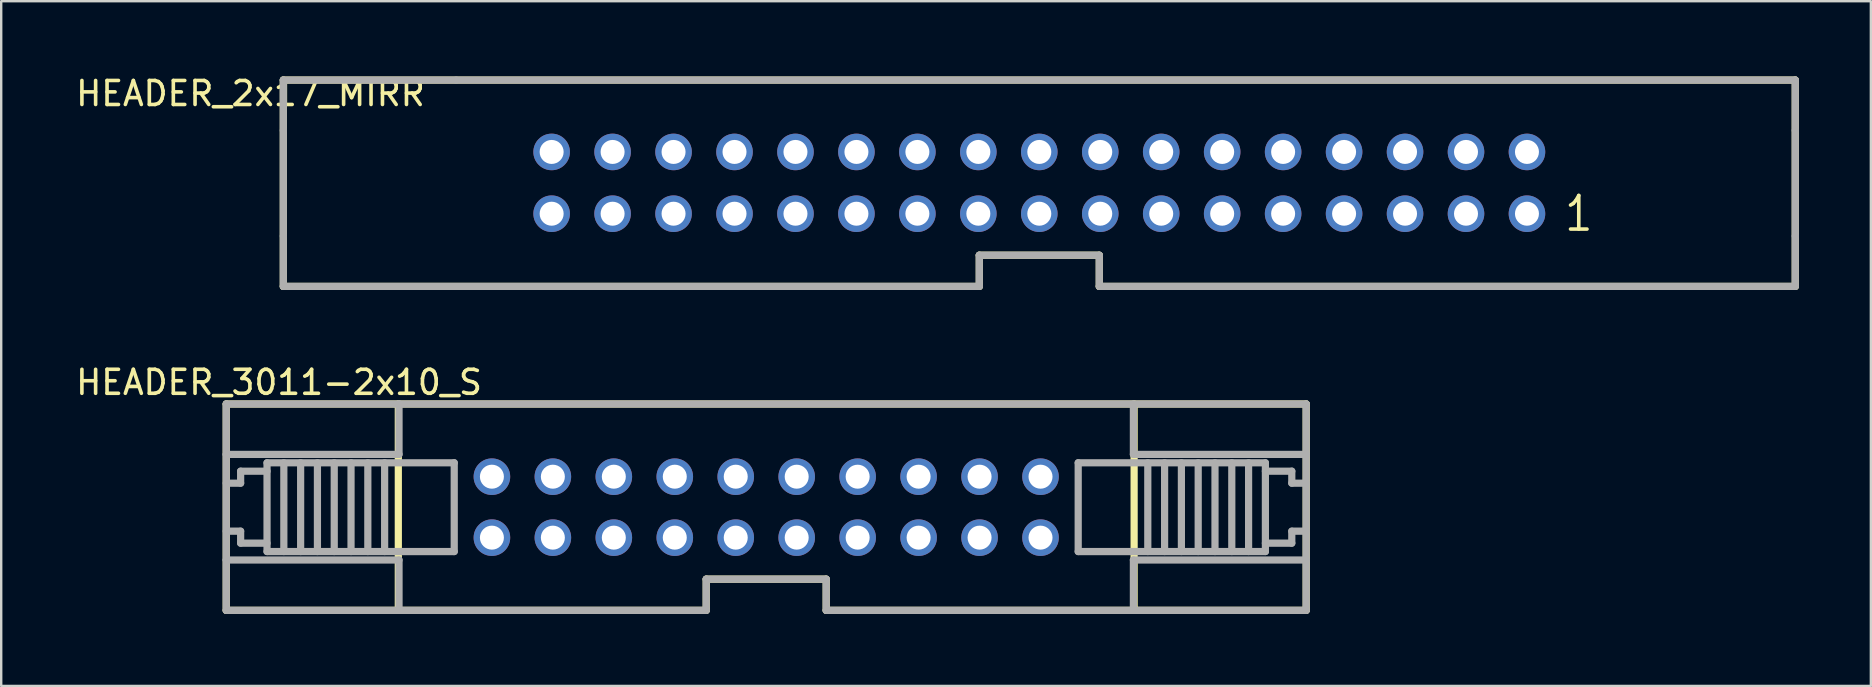
<source format=kicad_pcb>
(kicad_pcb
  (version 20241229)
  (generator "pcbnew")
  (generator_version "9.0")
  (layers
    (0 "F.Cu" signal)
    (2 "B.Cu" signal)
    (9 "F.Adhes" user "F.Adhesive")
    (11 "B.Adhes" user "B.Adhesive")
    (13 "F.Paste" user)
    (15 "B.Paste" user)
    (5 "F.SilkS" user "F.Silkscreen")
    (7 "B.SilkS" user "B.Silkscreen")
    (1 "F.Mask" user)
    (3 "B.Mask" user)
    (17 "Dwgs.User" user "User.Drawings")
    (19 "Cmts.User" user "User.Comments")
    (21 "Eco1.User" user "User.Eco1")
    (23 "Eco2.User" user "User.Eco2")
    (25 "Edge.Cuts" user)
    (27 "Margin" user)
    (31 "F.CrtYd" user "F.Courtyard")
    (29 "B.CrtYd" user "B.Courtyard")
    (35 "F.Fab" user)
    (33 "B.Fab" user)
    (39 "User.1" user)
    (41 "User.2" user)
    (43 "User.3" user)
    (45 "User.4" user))
  (footprint "HEADER_3011-2x10_S"
    (layer "F.Cu")
    (at 28.877 18.083)
    (property "Reference" "HEADER_3011-2x10_S" (at -20.3 -5.2 0) (layer "F.SilkS") (effects (font (size 1 1) (thickness 0.15))))
    (attr through_hole)
    (fp_line (start -22.5 -4.3) (end 22.5 -4.3) (stroke (width 0.3) (type solid)) (layer "F.SilkS"))
    (fp_line (start -22.5 4.3) (end -22.5 -4.3) (stroke (width 0.3) (type solid)) (layer "F.SilkS"))
    (fp_line (start -22.5 4.3) (end -22.5 2) (stroke (width 0.15) (type solid)) (layer "F.SilkS"))
    (fp_line (start -22.5 4.3) (end -2.5 4.3) (stroke (width 0.3) (type solid)) (layer "F.SilkS"))
    (fp_line (start -20.2 4.3) (end -22.5 4.3) (stroke (width 0.15) (type solid)) (layer "F.SilkS"))
    (fp_line (start -15.33 -4.3) (end -15.33 4.3) (stroke (width 0.3) (type solid)) (layer "F.SilkS"))
    (fp_line (start -2.5 3) (end -2.5 4.3) (stroke (width 0.3) (type solid)) (layer "F.SilkS"))
    (fp_line (start 2.5 3) (end -2.5 3) (stroke (width 0.3) (type solid)) (layer "F.SilkS"))
    (fp_line (start 2.5 3) (end 2.5 4.3) (stroke (width 0.3) (type solid)) (layer "F.SilkS"))
    (fp_line (start 15.33 -4.3) (end 15.33 4.3) (stroke (width 0.3) (type solid)) (layer "F.SilkS"))
    (fp_line (start 20.2 -4.3) (end 22.5 -4.3) (stroke (width 0.15) (type solid)) (layer "F.SilkS"))
    (fp_line (start 22.5 -4.3) (end 22.5 -2) (stroke (width 0.15) (type solid)) (layer "F.SilkS"))
    (fp_line (start 22.5 4.3) (end 2.5 4.3) (stroke (width 0.3) (type solid)) (layer "F.SilkS"))
    (fp_line (start 22.5 4.3) (end 22.5 -4.3) (stroke (width 0.3) (type solid)) (layer "F.SilkS"))
    (fp_line (start -22.5 -2.2) (end -22.5 -4.3) (stroke (width 0.3) (type solid)) (layer "F.Fab"))
    (fp_line (start -22.5 -1) (end -21.9 -1) (stroke (width 0.3) (type solid)) (layer "F.Fab"))
    (fp_line (start -22.5 1) (end -21.9 1) (stroke (width 0.3) (type solid)) (layer "F.Fab"))
    (fp_line (start -22.5 2.2) (end -22.5 -2.2) (stroke (width 0.3) (type solid)) (layer "F.Fab"))
    (fp_line (start -22.5 4.3) (end -22.5 2.2) (stroke (width 0.3) (type solid)) (layer "F.Fab"))
    (fp_line (start -21.9 -1.5) (end -20.8 -1.5) (stroke (width 0.3) (type solid)) (layer "F.Fab"))
    (fp_line (start -21.9 -1) (end -21.9 -1.5) (stroke (width 0.3) (type solid)) (layer "F.Fab"))
    (fp_line (start -21.9 1.5) (end -21.9 1) (stroke (width 0.3) (type solid)) (layer "F.Fab"))
    (fp_line (start -21.9 1.5) (end -20.8 1.5) (stroke (width 0.3) (type solid)) (layer "F.Fab"))
    (fp_line (start -20.8 -1.85) (end -13 -1.85) (stroke (width 0.3) (type solid)) (layer "F.Fab"))
    (fp_line (start -20.8 1.85) (end -20.8 -1.85) (stroke (width 0.3) (type solid)) (layer "F.Fab"))
    (fp_line (start -20.8 1.85) (end -13 1.85) (stroke (width 0.3) (type solid)) (layer "F.Fab"))
    (fp_line (start -20.1 1.85) (end -20.1 -1.85) (stroke (width 0.3) (type solid)) (layer "F.Fab"))
    (fp_line (start -19.4 1.85) (end -19.4 -1.85) (stroke (width 0.3) (type solid)) (layer "F.Fab"))
    (fp_line (start -18.7 1.85) (end -18.7 -1.85) (stroke (width 0.3) (type solid)) (layer "F.Fab"))
    (fp_line (start -18 1.85) (end -18 -1.85) (stroke (width 0.3) (type solid)) (layer "F.Fab"))
    (fp_line (start -17.3 1.85) (end -17.3 -1.85) (stroke (width 0.3) (type solid)) (layer "F.Fab"))
    (fp_line (start -16.6 1.85) (end -16.6 -1.85) (stroke (width 0.3) (type solid)) (layer "F.Fab"))
    (fp_line (start -15.9 1.85) (end -15.9 -1.85) (stroke (width 0.3) (type solid)) (layer "F.Fab"))
    (fp_line (start -15.3 -4.3) (end -22.5 -4.3) (stroke (width 0.3) (type solid)) (layer "F.Fab"))
    (fp_line (start -15.3 -4.3) (end 22.5 -4.3) (stroke (width 0.3) (type solid)) (layer "F.Fab"))
    (fp_line (start -15.3 -2.2) (end -22.5 -2.2) (stroke (width 0.3) (type solid)) (layer "F.Fab"))
    (fp_line (start -15.3 -2.2) (end -15.3 -4.3) (stroke (width 0.3) (type solid)) (layer "F.Fab"))
    (fp_line (start -15.3 2.2) (end -22.5 2.2) (stroke (width 0.3) (type solid)) (layer "F.Fab"))
    (fp_line (start -15.3 4.3) (end -15.3 2.2) (stroke (width 0.3) (type solid)) (layer "F.Fab"))
    (fp_line (start -13 1.85) (end -13 -1.85) (stroke (width 0.3) (type solid)) (layer "F.Fab"))
    (fp_line (start -2.5 3) (end -2.5 4.3) (stroke (width 0.3) (type solid)) (layer "F.Fab"))
    (fp_line (start -2.5 4.3) (end -22.5 4.3) (stroke (width 0.3) (type solid)) (layer "F.Fab"))
    (fp_line (start 2.5 3) (end -2.5 3) (stroke (width 0.3) (type solid)) (layer "F.Fab"))
    (fp_line (start 2.5 3) (end 2.5 4.3) (stroke (width 0.3) (type solid)) (layer "F.Fab"))
    (fp_line (start 2.5 4.3) (end 22.5 4.3) (stroke (width 0.3) (type solid)) (layer "F.Fab"))
    (fp_line (start 13 -1.85) (end 13 1.85) (stroke (width 0.3) (type solid)) (layer "F.Fab"))
    (fp_line (start 15.3 -4.3) (end 15.3 -2.2) (stroke (width 0.3) (type solid)) (layer "F.Fab"))
    (fp_line (start 15.3 -2.2) (end 22.5 -2.2) (stroke (width 0.3) (type solid)) (layer "F.Fab"))
    (fp_line (start 15.3 2.2) (end 15.3 4.3) (stroke (width 0.3) (type solid)) (layer "F.Fab"))
    (fp_line (start 15.3 2.2) (end 22.5 2.2) (stroke (width 0.3) (type solid)) (layer "F.Fab"))
    (fp_line (start 15.9 -1.85) (end 15.9 1.85) (stroke (width 0.3) (type solid)) (layer "F.Fab"))
    (fp_line (start 16.6 -1.85) (end 16.6 1.85) (stroke (width 0.3) (type solid)) (layer "F.Fab"))
    (fp_line (start 17.3 -1.85) (end 17.3 1.85) (stroke (width 0.3) (type solid)) (layer "F.Fab"))
    (fp_line (start 18 -1.85) (end 18 1.85) (stroke (width 0.3) (type solid)) (layer "F.Fab"))
    (fp_line (start 18.7 -1.85) (end 18.7 1.85) (stroke (width 0.3) (type solid)) (layer "F.Fab"))
    (fp_line (start 19.4 -1.85) (end 19.4 1.85) (stroke (width 0.3) (type solid)) (layer "F.Fab"))
    (fp_line (start 20.1 -1.85) (end 20.1 1.85) (stroke (width 0.3) (type solid)) (layer "F.Fab"))
    (fp_line (start 20.8 -1.85) (end 13 -1.85) (stroke (width 0.3) (type solid)) (layer "F.Fab"))
    (fp_line (start 20.8 -1.85) (end 20.8 1.85) (stroke (width 0.3) (type solid)) (layer "F.Fab"))
    (fp_line (start 20.8 1.85) (end 13 1.85) (stroke (width 0.3) (type solid)) (layer "F.Fab"))
    (fp_line (start 21.9 -1.5) (end 20.8 -1.5) (stroke (width 0.3) (type solid)) (layer "F.Fab"))
    (fp_line (start 21.9 -1.5) (end 21.9 -1) (stroke (width 0.3) (type solid)) (layer "F.Fab"))
    (fp_line (start 21.9 1) (end 21.9 1.5) (stroke (width 0.3) (type solid)) (layer "F.Fab"))
    (fp_line (start 21.9 1.5) (end 20.8 1.5) (stroke (width 0.3) (type solid)) (layer "F.Fab"))
    (fp_line (start 22.5 -4.3) (end 22.5 -2.2) (stroke (width 0.3) (type solid)) (layer "F.Fab"))
    (fp_line (start 22.5 -2.2) (end 22.5 2.2) (stroke (width 0.3) (type solid)) (layer "F.Fab"))
    (fp_line (start 22.5 -1) (end 21.9 -1) (stroke (width 0.3) (type solid)) (layer "F.Fab"))
    (fp_line (start 22.5 1) (end 21.9 1) (stroke (width 0.3) (type solid)) (layer "F.Fab"))
    (fp_line (start 22.5 2.2) (end 22.5 4.3) (stroke (width 0.3) (type solid)) (layer "F.Fab"))
    (pad "1" thru_hole circle (at -11.43 1.27) (size 1.524 1.524) (drill 1) (layers "*.Cu" "*.Mask"))
    (pad "2" thru_hole circle (at -11.43 -1.27) (size 1.524 1.524) (drill 1) (layers "*.Cu" "*.Mask"))
    (pad "3" thru_hole circle (at -8.89 1.27) (size 1.524 1.524) (drill 1) (layers "*.Cu" "*.Mask"))
    (pad "4" thru_hole circle (at -8.89 -1.27) (size 1.524 1.524) (drill 1) (layers "*.Cu" "*.Mask"))
    (pad "5" thru_hole circle (at -6.35 1.27) (size 1.524 1.524) (drill 1) (layers "*.Cu" "*.Mask"))
    (pad "6" thru_hole circle (at -6.35 -1.27) (size 1.524 1.524) (drill 1) (layers "*.Cu" "*.Mask"))
    (pad "7" thru_hole circle (at -3.81 1.27) (size 1.524 1.524) (drill 1) (layers "*.Cu" "*.Mask"))
    (pad "8" thru_hole circle (at -3.81 -1.27) (size 1.524 1.524) (drill 1) (layers "*.Cu" "*.Mask"))
    (pad "9" thru_hole circle (at -1.27 1.27) (size 1.524 1.524) (drill 1) (layers "*.Cu" "*.Mask"))
    (pad "10" thru_hole circle (at -1.27 -1.27) (size 1.524 1.524) (drill 1) (layers "*.Cu" "*.Mask"))
    (pad "11" thru_hole circle (at 1.27 1.27) (size 1.524 1.524) (drill 1) (layers "*.Cu" "*.Mask"))
    (pad "12" thru_hole circle (at 1.27 -1.27) (size 1.524 1.524) (drill 1) (layers "*.Cu" "*.Mask"))
    (pad "13" thru_hole circle (at 3.81 1.27) (size 1.524 1.524) (drill 1) (layers "*.Cu" "*.Mask"))
    (pad "14" thru_hole circle (at 3.81 -1.27) (size 1.524 1.524) (drill 1) (layers "*.Cu" "*.Mask"))
    (pad "15" thru_hole circle (at 6.35 1.27) (size 1.524 1.524) (drill 1) (layers "*.Cu" "*.Mask"))
    (pad "16" thru_hole circle (at 6.35 -1.27) (size 1.524 1.524) (drill 1) (layers "*.Cu" "*.Mask"))
    (pad "17" thru_hole circle (at 8.89 1.27) (size 1.524 1.524) (drill 1) (layers "*.Cu" "*.Mask"))
    (pad "18" thru_hole circle (at 8.89 -1.27) (size 1.524 1.524) (drill 1) (layers "*.Cu" "*.Mask"))
    (pad "19" thru_hole circle (at 11.43 1.27) (size 1.524 1.524) (drill 1) (layers "*.Cu" "*.Mask"))
    (pad "20" thru_hole circle (at 11.43 -1.27) (size 1.524 1.524) (drill 1) (layers "*.Cu" "*.Mask")))
  (footprint "HEADER_2x17_MIRR"
    (layer "F.Cu")
    (at 40.256 4.585)
    (property "Reference" "HEADER_2x17_MIRR" (at -32.869 -3.737 0) (layer "F.SilkS") (effects (font (size 1 1) (thickness 0.15))))
    (attr through_hole)
    (fp_line (start -31.5 -4.3) (end 31.5 -4.3) (stroke (width 0.3) (type solid)) (layer "F.SilkS"))
    (fp_line (start -31.5 4.3) (end -31.5 -4.3) (stroke (width 0.3) (type solid)) (layer "F.SilkS"))
    (fp_line (start -31.5 4.3) (end -2.5 4.3) (stroke (width 0.3) (type solid)) (layer "F.SilkS"))
    (fp_line (start -2.5 3) (end -2.5 4.3) (stroke (width 0.3) (type solid)) (layer "F.SilkS"))
    (fp_line (start -2.5 3) (end 2.5 3) (stroke (width 0.3) (type solid)) (layer "F.SilkS"))
    (fp_line (start 2.5 3) (end 2.5 4.3) (stroke (width 0.3) (type solid)) (layer "F.SilkS"))
    (fp_line (start 31.5 4.3) (end 2.5 4.3) (stroke (width 0.3) (type solid)) (layer "F.SilkS"))
    (fp_line (start 31.5 4.3) (end 31.5 -4.3) (stroke (width 0.3) (type solid)) (layer "F.SilkS"))
    (fp_line (start -31.5 -2.2) (end -31.5 -4.3) (stroke (width 0.3) (type solid)) (layer "F.Fab"))
    (fp_line (start -31.5 2.2) (end -31.5 -2.2) (stroke (width 0.3) (type solid)) (layer "F.Fab"))
    (fp_line (start -31.5 4.3) (end -31.5 2.2) (stroke (width 0.3) (type solid)) (layer "F.Fab"))
    (fp_line (start -24.3 -4.3) (end -31.5 -4.3) (stroke (width 0.3) (type solid)) (layer "F.Fab"))
    (fp_line (start -24.3 -4.3) (end 31.5 -4.3) (stroke (width 0.3) (type solid)) (layer "F.Fab"))
    (fp_line (start -2.5 3) (end -2.5 4.3) (stroke (width 0.3) (type solid)) (layer "F.Fab"))
    (fp_line (start -2.5 3) (end 2.5 3) (stroke (width 0.3) (type solid)) (layer "F.Fab"))
    (fp_line (start -2.5 4.3) (end -31.5 4.3) (stroke (width 0.3) (type solid)) (layer "F.Fab"))
    (fp_line (start 2.5 3) (end 2.5 4.3) (stroke (width 0.3) (type solid)) (layer "F.Fab"))
    (fp_line (start 2.5 4.3) (end 31.5 4.3) (stroke (width 0.3) (type solid)) (layer "F.Fab"))
    (fp_line (start 31.5 -4.3) (end 31.5 -2.2) (stroke (width 0.3) (type solid)) (layer "F.Fab"))
    (fp_line (start 31.5 -2.2) (end 31.5 2.2) (stroke (width 0.3) (type solid)) (layer "F.Fab"))
    (fp_line (start 31.5 2.2) (end 31.5 4.3) (stroke (width 0.3) (type solid)) (layer "F.Fab"))
    (fp_text user "1" (at 22.479 1.27 0) (layer "F.SilkS") (effects (font (size 1.4 1.2) (thickness 0.15))))
    (pad "1" thru_hole circle (at 20.32 1.27 180) (size 1.524 1.524) (drill 1) (layers "*.Cu" "*.Mask"))
    (pad "2" thru_hole circle (at 20.32 -1.304 180) (size 1.524 1.524) (drill 1) (layers "*.Cu" "*.Mask"))
    (pad "3" thru_hole circle (at 17.78 1.27 180) (size 1.524 1.524) (drill 1) (layers "*.Cu" "*.Mask"))
    (pad "4" thru_hole circle (at 17.78 -1.304 180) (size 1.524 1.524) (drill 1) (layers "*.Cu" "*.Mask"))
    (pad "5" thru_hole circle (at 15.24 1.27 180) (size 1.524 1.524) (drill 1) (layers "*.Cu" "*.Mask"))
    (pad "6" thru_hole circle (at 15.24 -1.304 180) (size 1.524 1.524) (drill 1) (layers "*.Cu" "*.Mask"))
    (pad "7" thru_hole circle (at 12.7 1.27 180) (size 1.524 1.524) (drill 1) (layers "*.Cu" "*.Mask"))
    (pad "8" thru_hole circle (at 12.7 -1.304 180) (size 1.524 1.524) (drill 1) (layers "*.Cu" "*.Mask"))
    (pad "9" thru_hole circle (at 10.16 1.27 180) (size 1.524 1.524) (drill 1) (layers "*.Cu" "*.Mask"))
    (pad "10" thru_hole circle (at 10.16 -1.304 180) (size 1.524 1.524) (drill 1) (layers "*.Cu" "*.Mask"))
    (pad "11" thru_hole circle (at 7.62 1.27 180) (size 1.524 1.524) (drill 1) (layers "*.Cu" "*.Mask"))
    (pad "12" thru_hole circle (at 7.62 -1.304 180) (size 1.524 1.524) (drill 1) (layers "*.Cu" "*.Mask"))
    (pad "13" thru_hole circle (at 5.08 1.27 180) (size 1.524 1.524) (drill 1) (layers "*.Cu" "*.Mask"))
    (pad "14" thru_hole circle (at 5.08 -1.304 180) (size 1.524 1.524) (drill 1) (layers "*.Cu" "*.Mask"))
    (pad "15" thru_hole circle (at 2.54 1.27 180) (size 1.524 1.524) (drill 1) (layers "*.Cu" "*.Mask"))
    (pad "16" thru_hole circle (at 2.54 -1.304 180) (size 1.524 1.524) (drill 1) (layers "*.Cu" "*.Mask"))
    (pad "17" thru_hole circle (at 0 1.27 180) (size 1.524 1.524) (drill 1) (layers "*.Cu" "*.Mask"))
    (pad "18" thru_hole circle (at 0 -1.304 180) (size 1.524 1.524) (drill 1) (layers "*.Cu" "*.Mask"))
    (pad "19" thru_hole circle (at -2.54 1.27 180) (size 1.524 1.524) (drill 1) (layers "*.Cu" "*.Mask"))
    (pad "20" thru_hole circle (at -2.54 -1.304 180) (size 1.524 1.524) (drill 1) (layers "*.Cu" "*.Mask"))
    (pad "21" thru_hole circle (at -5.08 1.27 180) (size 1.524 1.524) (drill 1) (layers "*.Cu" "*.Mask"))
    (pad "22" thru_hole circle (at -5.08 -1.304 180) (size 1.524 1.524) (drill 1) (layers "*.Cu" "*.Mask"))
    (pad "23" thru_hole circle (at -7.62 1.27 180) (size 1.524 1.524) (drill 1) (layers "*.Cu" "*.Mask"))
    (pad "24" thru_hole circle (at -7.62 -1.304 180) (size 1.524 1.524) (drill 1) (layers "*.Cu" "*.Mask"))
    (pad "25" thru_hole circle (at -10.16 1.27 180) (size 1.524 1.524) (drill 1) (layers "*.Cu" "*.Mask"))
    (pad "26" thru_hole circle (at -10.16 -1.304 180) (size 1.524 1.524) (drill 1) (layers "*.Cu" "*.Mask"))
    (pad "27" thru_hole circle (at -12.7 1.27 180) (size 1.524 1.524) (drill 1) (layers "*.Cu" "*.Mask"))
    (pad "28" thru_hole circle (at -12.7 -1.304 180) (size 1.524 1.524) (drill 1) (layers "*.Cu" "*.Mask"))
    (pad "29" thru_hole circle (at -15.24 1.27 180) (size 1.524 1.524) (drill 1) (layers "*.Cu" "*.Mask"))
    (pad "30" thru_hole circle (at -15.24 -1.304 180) (size 1.524 1.524) (drill 1) (layers "*.Cu" "*.Mask"))
    (pad "31" thru_hole circle (at -17.78 1.27 180) (size 1.524 1.524) (drill 1) (layers "*.Cu" "*.Mask"))
    (pad "32" thru_hole circle (at -17.78 -1.304 180) (size 1.524 1.524) (drill 1) (layers "*.Cu" "*.Mask"))
    (pad "33" thru_hole circle (at -20.32 1.27 180) (size 1.524 1.524) (drill 1) (layers "*.Cu" "*.Mask"))
    (pad "34" thru_hole circle (at -20.32 -1.304 180) (size 1.524 1.524) (drill 1) (layers "*.Cu" "*.Mask")))
  (gr_rect
    (start -3 -3)
    (end 74.906 25.533)
    (stroke (width 0.1) (type default))
    (fill no)
    (layer "Edge.Cuts")))
</source>
